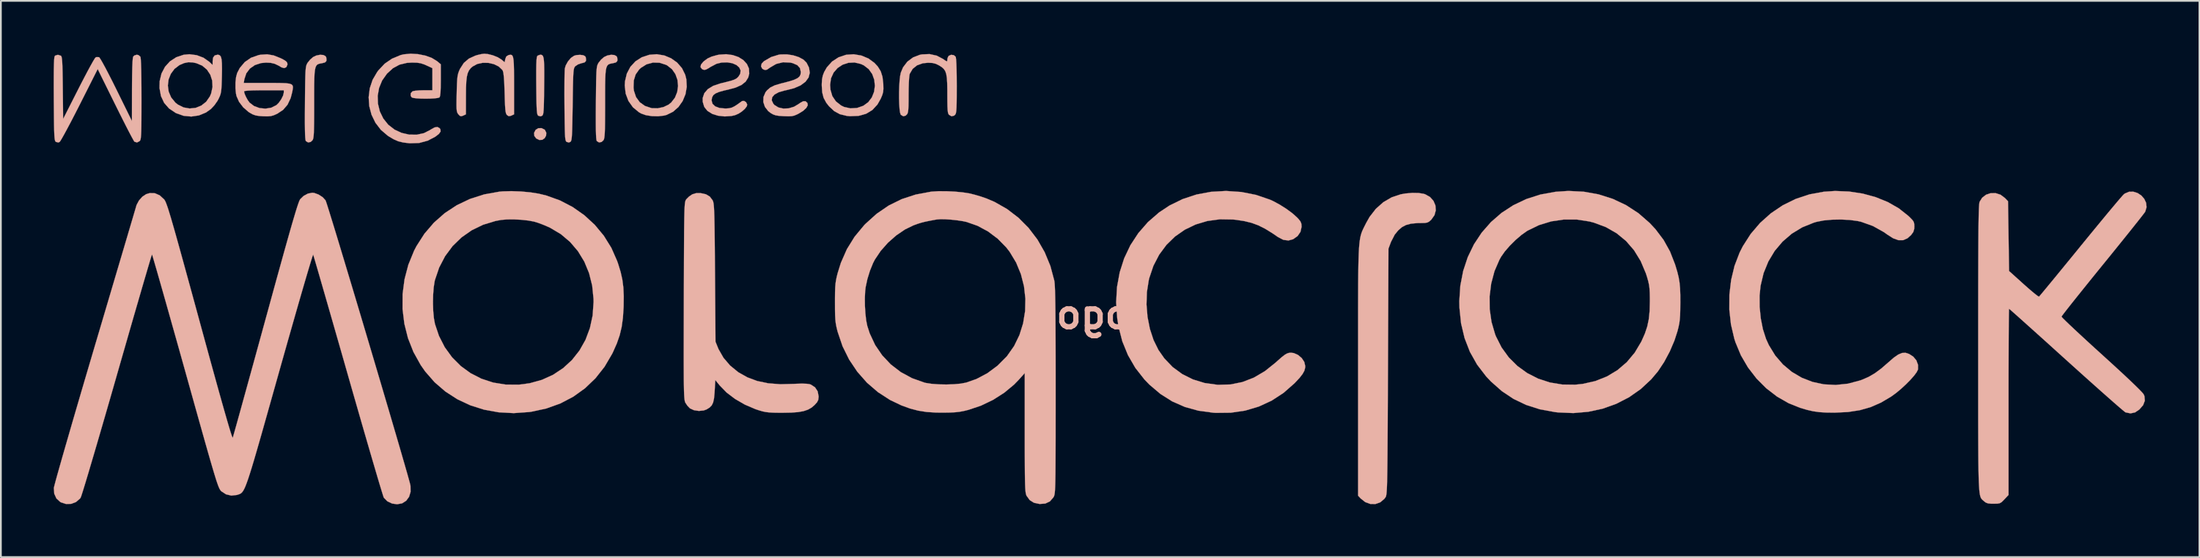
<source format=kicad_pcb>
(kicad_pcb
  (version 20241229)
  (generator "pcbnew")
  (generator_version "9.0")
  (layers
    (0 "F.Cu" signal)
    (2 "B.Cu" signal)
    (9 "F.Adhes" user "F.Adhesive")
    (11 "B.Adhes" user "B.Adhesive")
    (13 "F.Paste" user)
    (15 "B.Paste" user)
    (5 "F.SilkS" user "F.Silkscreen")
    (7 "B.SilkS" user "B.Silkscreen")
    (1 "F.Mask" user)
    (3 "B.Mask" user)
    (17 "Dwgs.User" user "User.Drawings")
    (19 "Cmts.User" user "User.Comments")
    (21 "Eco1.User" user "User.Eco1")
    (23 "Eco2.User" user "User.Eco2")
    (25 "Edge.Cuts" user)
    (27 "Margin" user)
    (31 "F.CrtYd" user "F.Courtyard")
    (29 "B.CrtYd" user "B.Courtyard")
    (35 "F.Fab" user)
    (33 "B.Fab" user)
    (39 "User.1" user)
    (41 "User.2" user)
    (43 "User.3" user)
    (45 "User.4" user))
  (footprint "logo"
    (layer "F.Cu")
    (at 59.479 12.853)
    (property "Reference" "logo" (at 0 2 0) (layer "B.SilkS") (effects (font (size 1.524 1.524) (thickness 0.3)) (justify mirror)))
    (attr through_hole)
    (fp_poly (pts (xy -31.703 -7.948) (xy -31.57 -8.042) (xy -31.489 -8.188) (xy -31.479 -8.353) (xy -31.555 -8.506) (xy -31.576 -8.527) (xy -31.746 -8.612) (xy -31.932 -8.608) (xy -32.083 -8.517) (xy -32.173 -8.345) (xy -32.159 -8.171) (xy -32.052 -8.025) (xy -31.874 -7.939) (xy -31.703 -7.948)) (stroke (width 0.01) (type solid)) (fill yes) (layer "B.SilkS"))
    (fp_poly (pts (xy -31.72 -9.316) (xy -31.689 -9.345) (xy -31.664 -9.396) (xy -31.645 -9.483) (xy -31.631 -9.62) (xy -31.62 -9.82) (xy -31.613 -10.096) (xy -31.606 -10.463) (xy -31.601 -10.933) (xy -31.6 -11.004) (xy -31.596 -11.512) (xy -31.596 -11.914) (xy -31.601 -12.221) (xy -31.613 -12.448) (xy -31.634 -12.604) (xy -31.665 -12.705) (xy -31.707 -12.76) (xy -31.763 -12.785) (xy -31.824 -12.789) (xy -31.952 -12.746) (xy -31.996 -12.708) (xy -32.019 -12.636) (xy -32.035 -12.476) (xy -32.046 -12.223) (xy -32.051 -11.868) (xy -32.051 -11.406) (xy -32.048 -11.004) (xy -32.043 -10.519) (xy -32.037 -10.139) (xy -32.029 -9.852) (xy -32.019 -9.643) (xy -32.005 -9.498) (xy -31.987 -9.405) (xy -31.963 -9.35) (xy -31.933 -9.319) (xy -31.928 -9.316) (xy -31.801 -9.282) (xy -31.72 -9.316)) (stroke (width 0.01) (type solid)) (fill yes) (layer "B.SilkS"))
    (fp_poly (pts (xy -44.874 -7.825) (xy -44.766 -7.925) (xy -44.74 -7.975) (xy -44.719 -8.055) (xy -44.703 -8.175) (xy -44.691 -8.348) (xy -44.683 -8.587) (xy -44.677 -8.903) (xy -44.674 -9.309) (xy -44.673 -9.817) (xy -44.673 -10.03) (xy -44.673 -10.599) (xy -44.671 -11.062) (xy -44.664 -11.428) (xy -44.651 -11.711) (xy -44.628 -11.921) (xy -44.595 -12.07) (xy -44.548 -12.171) (xy -44.485 -12.234) (xy -44.404 -12.271) (xy -44.303 -12.294) (xy -44.223 -12.307) (xy -44.062 -12.348) (xy -43.987 -12.419) (xy -43.97 -12.481) (xy -43.983 -12.626) (xy -44.021 -12.703) (xy -44.148 -12.773) (xy -44.338 -12.786) (xy -44.549 -12.744) (xy -44.735 -12.655) (xy -44.903 -12.508) (xy -45.046 -12.33) (xy -45.057 -12.313) (xy -45.089 -12.252) (xy -45.116 -12.184) (xy -45.137 -12.095) (xy -45.153 -11.972) (xy -45.166 -11.803) (xy -45.175 -11.576) (xy -45.182 -11.276) (xy -45.188 -10.891) (xy -45.193 -10.409) (xy -45.196 -10.033) (xy -45.2 -9.43) (xy -45.201 -8.939) (xy -45.197 -8.551) (xy -45.19 -8.258) (xy -45.178 -8.053) (xy -45.163 -7.928) (xy -45.145 -7.876) (xy -45.017 -7.799) (xy -44.874 -7.825)) (stroke (width 0.01) (type solid)) (fill yes) (layer "B.SilkS"))
    (fp_poly (pts (xy -28.337 -7.825) (xy -28.229 -7.925) (xy -28.203 -7.975) (xy -28.183 -8.055) (xy -28.167 -8.175) (xy -28.155 -8.348) (xy -28.146 -8.587) (xy -28.141 -8.903) (xy -28.138 -9.309) (xy -28.136 -9.817) (xy -28.136 -10.03) (xy -28.136 -10.599) (xy -28.134 -11.062) (xy -28.127 -11.428) (xy -28.114 -11.711) (xy -28.092 -11.921) (xy -28.058 -12.07) (xy -28.011 -12.171) (xy -27.948 -12.234) (xy -27.867 -12.271) (xy -27.766 -12.294) (xy -27.686 -12.307) (xy -27.525 -12.348) (xy -27.45 -12.419) (xy -27.433 -12.481) (xy -27.446 -12.626) (xy -27.485 -12.703) (xy -27.612 -12.773) (xy -27.801 -12.786) (xy -28.012 -12.744) (xy -28.199 -12.655) (xy -28.367 -12.508) (xy -28.51 -12.33) (xy -28.52 -12.313) (xy -28.552 -12.252) (xy -28.579 -12.184) (xy -28.6 -12.095) (xy -28.616 -11.972) (xy -28.629 -11.803) (xy -28.638 -11.576) (xy -28.646 -11.276) (xy -28.651 -10.891) (xy -28.656 -10.409) (xy -28.66 -10.033) (xy -28.664 -9.43) (xy -28.664 -8.939) (xy -28.661 -8.551) (xy -28.653 -8.258) (xy -28.642 -8.053) (xy -28.626 -7.928) (xy -28.608 -7.876) (xy -28.48 -7.799) (xy -28.337 -7.825)) (stroke (width 0.01) (type solid)) (fill yes) (layer "B.SilkS"))
    (fp_poly (pts (xy -30.114 -7.829) (xy -30.086 -7.855) (xy -30.063 -7.902) (xy -30.045 -7.981) (xy -30.03 -8.106) (xy -30.017 -8.287) (xy -30.007 -8.537) (xy -29.999 -8.867) (xy -29.991 -9.289) (xy -29.982 -9.816) (xy -29.98 -9.954) (xy -29.972 -10.503) (xy -29.965 -10.946) (xy -29.957 -11.294) (xy -29.948 -11.561) (xy -29.937 -11.759) (xy -29.923 -11.9) (xy -29.905 -11.996) (xy -29.883 -12.061) (xy -29.855 -12.106) (xy -29.821 -12.142) (xy -29.675 -12.239) (xy -29.487 -12.304) (xy -29.464 -12.308) (xy -29.305 -12.35) (xy -29.232 -12.424) (xy -29.217 -12.481) (xy -29.231 -12.626) (xy -29.269 -12.703) (xy -29.38 -12.761) (xy -29.558 -12.783) (xy -29.756 -12.77) (xy -29.894 -12.732) (xy -30.078 -12.608) (xy -30.248 -12.408) (xy -30.376 -12.176) (xy -30.425 -12.004) (xy -30.433 -11.882) (xy -30.44 -11.658) (xy -30.445 -11.349) (xy -30.447 -10.97) (xy -30.448 -10.539) (xy -30.446 -10.071) (xy -30.444 -9.821) (xy -30.439 -9.289) (xy -30.433 -8.863) (xy -30.426 -8.531) (xy -30.418 -8.281) (xy -30.407 -8.101) (xy -30.392 -7.977) (xy -30.373 -7.899) (xy -30.35 -7.853) (xy -30.322 -7.829) (xy -30.194 -7.795) (xy -30.114 -7.829)) (stroke (width 0.01) (type solid)) (fill yes) (layer "B.SilkS"))
    (fp_poly (pts (xy -24.791 -9.325) (xy -24.642 -9.364) (xy -24.274 -9.545) (xy -23.967 -9.815) (xy -23.728 -10.154) (xy -23.568 -10.542) (xy -23.495 -10.96) (xy -23.518 -11.39) (xy -23.583 -11.65) (xy -23.767 -12.025) (xy -24.04 -12.34) (xy -24.383 -12.585) (xy -24.775 -12.748) (xy -25.197 -12.818) (xy -25.617 -12.787) (xy -26.049 -12.645) (xy -26.413 -12.412) (xy -26.7 -12.098) (xy -26.901 -11.716) (xy -27.006 -11.276) (xy -27.019 -11.038) (xy -27.006 -10.919) (xy -26.52 -10.919) (xy -26.505 -11.328) (xy -26.4 -11.667) (xy -26.2 -11.95) (xy -26.104 -12.04) (xy -25.779 -12.244) (xy -25.418 -12.342) (xy -25.042 -12.333) (xy -24.674 -12.215) (xy -24.61 -12.182) (xy -24.335 -11.967) (xy -24.14 -11.686) (xy -24.024 -11.361) (xy -23.989 -11.014) (xy -24.037 -10.668) (xy -24.166 -10.346) (xy -24.379 -10.07) (xy -24.528 -9.95) (xy -24.816 -9.812) (xy -25.152 -9.74) (xy -25.478 -9.747) (xy -25.498 -9.751) (xy -25.87 -9.874) (xy -26.166 -10.086) (xy -26.378 -10.378) (xy -26.498 -10.739) (xy -26.52 -10.919) (xy -27.006 -10.919) (xy -26.966 -10.574) (xy -26.809 -10.158) (xy -26.557 -9.802) (xy -26.217 -9.52) (xy -26.084 -9.443) (xy -25.816 -9.349) (xy -25.481 -9.296) (xy -25.124 -9.287) (xy -24.791 -9.325)) (stroke (width 0.01) (type solid)) (fill yes) (layer "B.SilkS"))
    (fp_poly (pts (xy -13.726 -9.311) (xy -13.302 -9.429) (xy -12.945 -9.645) (xy -12.655 -9.959) (xy -12.465 -10.296) (xy -12.38 -10.5) (xy -12.333 -10.669) (xy -12.317 -10.851) (xy -12.323 -11.096) (xy -12.326 -11.147) (xy -12.371 -11.535) (xy -12.469 -11.845) (xy -12.635 -12.115) (xy -12.829 -12.325) (xy -13.17 -12.576) (xy -13.573 -12.743) (xy -14.005 -12.816) (xy -14.434 -12.787) (xy -14.864 -12.644) (xy -15.235 -12.402) (xy -15.532 -12.072) (xy -15.683 -11.809) (xy -15.762 -11.605) (xy -15.805 -11.394) (xy -15.821 -11.125) (xy -15.821 -11.084) (xy -15.347 -11.084) (xy -15.294 -11.454) (xy -15.147 -11.774) (xy -14.922 -12.033) (xy -14.638 -12.221) (xy -14.312 -12.329) (xy -13.961 -12.347) (xy -13.603 -12.264) (xy -13.427 -12.182) (xy -13.149 -11.966) (xy -12.952 -11.686) (xy -12.837 -11.364) (xy -12.802 -11.02) (xy -12.848 -10.679) (xy -12.975 -10.36) (xy -13.181 -10.087) (xy -13.462 -9.883) (xy -13.82 -9.759) (xy -14.194 -9.738) (xy -14.552 -9.818) (xy -14.718 -9.898) (xy -15.017 -10.133) (xy -15.22 -10.432) (xy -15.327 -10.799) (xy -15.347 -11.084) (xy -15.821 -11.084) (xy -15.821 -11.034) (xy -15.796 -10.648) (xy -15.715 -10.333) (xy -15.563 -10.052) (xy -15.406 -9.853) (xy -15.112 -9.579) (xy -14.786 -9.402) (xy -14.4 -9.309) (xy -14.216 -9.292) (xy -13.726 -9.311)) (stroke (width 0.01) (type solid)) (fill yes) (layer "B.SilkS"))
    (fp_poly (pts (xy -51.223 -9.336) (xy -50.821 -9.502) (xy -50.539 -9.703) (xy -50.352 -9.902) (xy -50.178 -10.147) (xy -50.106 -10.276) (xy -50.043 -10.41) (xy -49.998 -10.533) (xy -49.967 -10.669) (xy -49.946 -10.841) (xy -49.932 -11.073) (xy -49.922 -11.389) (xy -49.917 -11.574) (xy -49.911 -11.989) (xy -49.916 -12.3) (xy -49.935 -12.521) (xy -49.971 -12.666) (xy -50.028 -12.749) (xy -50.108 -12.785) (xy -50.166 -12.789) (xy -50.328 -12.748) (xy -50.419 -12.619) (xy -50.443 -12.426) (xy -50.443 -12.206) (xy -50.636 -12.388) (xy -50.963 -12.618) (xy -51.35 -12.764) (xy -51.763 -12.817) (xy -52.088 -12.787) (xy -52.511 -12.646) (xy -52.868 -12.413) (xy -53.15 -12.101) (xy -53.349 -11.722) (xy -53.454 -11.29) (xy -53.46 -11.035) (xy -52.989 -11.035) (xy -52.947 -11.381) (xy -52.819 -11.703) (xy -52.611 -11.984) (xy -52.326 -12.202) (xy -52.063 -12.314) (xy -51.822 -12.362) (xy -51.575 -12.351) (xy -51.369 -12.308) (xy -51.036 -12.168) (xy -50.769 -11.944) (xy -50.577 -11.654) (xy -50.468 -11.319) (xy -50.449 -10.956) (xy -50.528 -10.586) (xy -50.599 -10.418) (xy -50.811 -10.113) (xy -51.088 -9.895) (xy -51.409 -9.765) (xy -51.752 -9.73) (xy -52.097 -9.791) (xy -52.421 -9.953) (xy -52.56 -10.064) (xy -52.8 -10.357) (xy -52.942 -10.688) (xy -52.989 -11.035) (xy -53.46 -11.035) (xy -53.463 -10.89) (xy -53.38 -10.436) (xy -53.199 -10.049) (xy -52.919 -9.729) (xy -52.541 -9.476) (xy -52.513 -9.462) (xy -52.091 -9.313) (xy -51.654 -9.272) (xy -51.223 -9.336)) (stroke (width 0.01) (type solid)) (fill yes) (layer "B.SilkS"))
    (fp_poly (pts (xy -36.203 -9.325) (xy -36.048 -9.396) (xy -36.046 -10.453) (xy -36.042 -10.911) (xy -36.025 -11.267) (xy -35.994 -11.539) (xy -35.943 -11.746) (xy -35.869 -11.904) (xy -35.768 -12.03) (xy -35.666 -12.12) (xy -35.404 -12.262) (xy -35.096 -12.329) (xy -34.771 -12.325) (xy -34.458 -12.254) (xy -34.186 -12.121) (xy -33.984 -11.93) (xy -33.951 -11.878) (xy -33.918 -11.758) (xy -33.89 -11.521) (xy -33.867 -11.17) (xy -33.85 -10.707) (xy -33.847 -10.605) (xy -33.835 -10.199) (xy -33.822 -9.895) (xy -33.807 -9.677) (xy -33.787 -9.529) (xy -33.761 -9.433) (xy -33.728 -9.374) (xy -33.715 -9.36) (xy -33.617 -9.293) (xy -33.504 -9.31) (xy -33.462 -9.327) (xy -33.311 -9.396) (xy -33.311 -11.026) (xy -33.312 -11.538) (xy -33.316 -11.944) (xy -33.324 -12.254) (xy -33.34 -12.48) (xy -33.365 -12.635) (xy -33.402 -12.73) (xy -33.452 -12.777) (xy -33.518 -12.787) (xy -33.602 -12.774) (xy -33.63 -12.767) (xy -33.754 -12.687) (xy -33.809 -12.546) (xy -33.846 -12.362) (xy -34.028 -12.514) (xy -34.236 -12.644) (xy -34.51 -12.754) (xy -34.795 -12.826) (xy -35.003 -12.845) (xy -35.166 -12.825) (xy -35.379 -12.776) (xy -35.499 -12.741) (xy -35.876 -12.57) (xy -36.167 -12.321) (xy -36.383 -11.986) (xy -36.394 -11.963) (xy -36.45 -11.833) (xy -36.491 -11.709) (xy -36.521 -11.57) (xy -36.541 -11.392) (xy -36.555 -11.153) (xy -36.566 -10.83) (xy -36.572 -10.588) (xy -36.58 -10.21) (xy -36.583 -9.932) (xy -36.579 -9.736) (xy -36.566 -9.601) (xy -36.544 -9.51) (xy -36.51 -9.444) (xy -36.478 -9.401) (xy -36.382 -9.303) (xy -36.292 -9.292) (xy -36.203 -9.325)) (stroke (width 0.01) (type solid)) (fill yes) (layer "B.SilkS"))
    (fp_poly (pts (xy -17.528 -9.294) (xy -17.381 -9.327) (xy -17.229 -9.391) (xy -17.135 -9.439) (xy -16.878 -9.597) (xy -16.702 -9.759) (xy -16.617 -9.911) (xy -16.634 -10.04) (xy -16.741 -10.141) (xy -16.879 -10.142) (xy -17.061 -10.041) (xy -17.119 -9.997) (xy -17.396 -9.83) (xy -17.701 -9.739) (xy -18.006 -9.725) (xy -18.284 -9.788) (xy -18.508 -9.926) (xy -18.576 -10.003) (xy -18.665 -10.195) (xy -18.639 -10.371) (xy -18.505 -10.526) (xy -18.268 -10.655) (xy -17.931 -10.753) (xy -17.854 -10.768) (xy -17.39 -10.886) (xy -17.018 -11.05) (xy -16.744 -11.254) (xy -16.571 -11.494) (xy -16.503 -11.762) (xy -16.546 -12.053) (xy -16.685 -12.334) (xy -16.862 -12.51) (xy -17.127 -12.653) (xy -17.45 -12.756) (xy -17.802 -12.81) (xy -18.154 -12.806) (xy -18.268 -12.79) (xy -18.692 -12.66) (xy -19.109 -12.42) (xy -19.239 -12.281) (xy -19.273 -12.132) (xy -19.21 -12.002) (xy -19.13 -11.948) (xy -19.028 -11.919) (xy -18.928 -11.944) (xy -18.79 -12.038) (xy -18.758 -12.063) (xy -18.409 -12.266) (xy -18.022 -12.36) (xy -17.614 -12.342) (xy -17.47 -12.309) (xy -17.213 -12.197) (xy -17.061 -12.03) (xy -17.013 -11.812) (xy -17.027 -11.672) (xy -17.081 -11.559) (xy -17.187 -11.462) (xy -17.362 -11.375) (xy -17.619 -11.288) (xy -17.974 -11.193) (xy -18.141 -11.153) (xy -18.49 -11.049) (xy -18.747 -10.923) (xy -18.936 -10.76) (xy -19.02 -10.651) (xy -19.135 -10.383) (xy -19.144 -10.099) (xy -19.053 -9.824) (xy -18.868 -9.584) (xy -18.737 -9.48) (xy -18.593 -9.396) (xy -18.448 -9.343) (xy -18.263 -9.312) (xy -18.001 -9.294) (xy -17.974 -9.293) (xy -17.712 -9.285) (xy -17.528 -9.294)) (stroke (width 0.01) (type solid)) (fill yes) (layer "B.SilkS"))
    (fp_poly (pts (xy 15.919 12.68) (xy 16.151 12.487) (xy 16.221 12.393) (xy 16.238 12.364) (xy 16.252 12.323) (xy 16.265 12.265) (xy 16.277 12.183) (xy 16.287 12.071) (xy 16.296 11.922) (xy 16.305 11.73) (xy 16.312 11.487) (xy 16.318 11.189) (xy 16.324 10.828) (xy 16.329 10.398) (xy 16.334 9.892) (xy 16.338 9.304) (xy 16.343 8.628) (xy 16.347 7.857) (xy 16.351 6.984) (xy 16.355 6.003) (xy 16.359 5.237) (xy 16.389 -1.755) (xy 16.531 -2.136) (xy 16.747 -2.555) (xy 16.947 -2.798) (xy 17.156 -2.979) (xy 17.389 -3.102) (xy 17.67 -3.176) (xy 18.027 -3.209) (xy 18.241 -3.212) (xy 18.459 -3.217) (xy 18.601 -3.242) (xy 18.708 -3.3) (xy 18.825 -3.406) (xy 18.825 -3.407) (xy 19.004 -3.659) (xy 19.079 -3.935) (xy 19.058 -4.214) (xy 18.947 -4.474) (xy 18.753 -4.692) (xy 18.482 -4.846) (xy 18.394 -4.875) (xy 18.106 -4.921) (xy 17.748 -4.928) (xy 17.362 -4.895) (xy 17.087 -4.847) (xy 16.571 -4.675) (xy 16.097 -4.398) (xy 15.675 -4.024) (xy 15.317 -3.563) (xy 15.119 -3.212) (xy 15.052 -3.078) (xy 14.992 -2.96) (xy 14.939 -2.85) (xy 14.891 -2.742) (xy 14.85 -2.629) (xy 14.813 -2.504) (xy 14.782 -2.361) (xy 14.755 -2.192) (xy 14.733 -1.992) (xy 14.714 -1.753) (xy 14.699 -1.468) (xy 14.688 -1.131) (xy 14.679 -0.734) (xy 14.672 -0.272) (xy 14.667 0.263) (xy 14.665 0.877) (xy 14.663 1.577) (xy 14.663 2.371) (xy 14.663 3.264) (xy 14.663 4.264) (xy 14.663 5.185) (xy 14.663 12.304) (xy 14.812 12.463) (xy 15.071 12.668) (xy 15.357 12.772) (xy 15.647 12.776) (xy 15.919 12.68)) (stroke (width 0.01) (type solid)) (fill yes) (layer "B.SilkS"))
    (fp_poly (pts (xy -20.956 -9.303) (xy -20.752 -9.349) (xy -20.553 -9.435) (xy -20.357 -9.563) (xy -20.192 -9.709) (xy -20.084 -9.85) (xy -20.058 -9.95) (xy -20.119 -10.082) (xy -20.228 -10.158) (xy -20.346 -10.154) (xy -20.365 -10.142) (xy -20.612 -9.964) (xy -20.794 -9.847) (xy -20.942 -9.777) (xy -21.085 -9.743) (xy -21.251 -9.731) (xy -21.317 -9.73) (xy -21.639 -9.76) (xy -21.88 -9.852) (xy -22.032 -9.999) (xy -22.085 -10.193) (xy -22.053 -10.371) (xy -21.984 -10.49) (xy -21.86 -10.587) (xy -21.661 -10.672) (xy -21.372 -10.753) (xy -21.162 -10.799) (xy -20.718 -10.919) (xy -20.382 -11.07) (xy -20.145 -11.26) (xy -20 -11.495) (xy -19.944 -11.713) (xy -19.96 -12.004) (xy -20.077 -12.263) (xy -20.28 -12.484) (xy -20.554 -12.656) (xy -20.884 -12.77) (xy -21.255 -12.819) (xy -21.651 -12.793) (xy -21.771 -12.769) (xy -22.079 -12.683) (xy -22.313 -12.575) (xy -22.519 -12.421) (xy -22.56 -12.384) (xy -22.69 -12.22) (xy -22.712 -12.079) (xy -22.625 -11.971) (xy -22.586 -11.951) (xy -22.493 -11.926) (xy -22.389 -11.95) (xy -22.241 -12.031) (xy -22.141 -12.097) (xy -21.804 -12.274) (xy -21.516 -12.344) (xy -21.187 -12.354) (xy -20.901 -12.304) (xy -20.672 -12.204) (xy -20.512 -12.065) (xy -20.435 -11.898) (xy -20.453 -11.713) (xy -20.546 -11.558) (xy -20.615 -11.483) (xy -20.691 -11.423) (xy -20.795 -11.371) (xy -20.947 -11.319) (xy -21.168 -11.258) (xy -21.479 -11.181) (xy -21.593 -11.153) (xy -21.994 -11.018) (xy -22.297 -10.832) (xy -22.496 -10.601) (xy -22.589 -10.327) (xy -22.587 -10.108) (xy -22.501 -9.821) (xy -22.322 -9.596) (xy -22.042 -9.42) (xy -21.715 -9.319) (xy -21.337 -9.278) (xy -20.956 -9.303)) (stroke (width 0.01) (type solid)) (fill yes) (layer "B.SilkS"))
    (fp_poly (pts (xy -8.307 -9.32) (xy -8.243 -9.373) (xy -8.214 -9.416) (xy -8.192 -9.49) (xy -8.175 -9.607) (xy -8.163 -9.783) (xy -8.156 -10.03) (xy -8.151 -10.363) (xy -8.15 -10.795) (xy -8.149 -11.013) (xy -8.152 -11.512) (xy -8.159 -11.936) (xy -8.17 -12.274) (xy -8.185 -12.516) (xy -8.204 -12.653) (xy -8.211 -12.674) (xy -8.318 -12.766) (xy -8.468 -12.785) (xy -8.605 -12.725) (xy -8.613 -12.718) (xy -8.671 -12.604) (xy -8.685 -12.509) (xy -8.689 -12.431) (xy -8.718 -12.412) (xy -8.797 -12.455) (xy -8.926 -12.547) (xy -9.286 -12.736) (xy -9.692 -12.825) (xy -10.122 -12.809) (xy -10.248 -12.784) (xy -10.634 -12.635) (xy -10.957 -12.393) (xy -11.201 -12.073) (xy -11.328 -11.771) (xy -11.367 -11.579) (xy -11.397 -11.315) (xy -11.417 -11.002) (xy -11.427 -10.662) (xy -11.428 -10.319) (xy -11.419 -9.997) (xy -11.401 -9.718) (xy -11.374 -9.506) (xy -11.337 -9.385) (xy -11.328 -9.373) (xy -11.192 -9.288) (xy -11.062 -9.319) (xy -10.984 -9.388) (xy -10.947 -9.445) (xy -10.921 -9.533) (xy -10.903 -9.67) (xy -10.892 -9.874) (xy -10.887 -10.163) (xy -10.886 -10.515) (xy -10.882 -10.878) (xy -10.872 -11.202) (xy -10.856 -11.464) (xy -10.836 -11.642) (xy -10.822 -11.7) (xy -10.656 -11.984) (xy -10.406 -12.186) (xy -10.078 -12.303) (xy -9.783 -12.332) (xy -9.53 -12.32) (xy -9.332 -12.27) (xy -9.148 -12.178) (xy -8.998 -12.081) (xy -8.884 -11.98) (xy -8.802 -11.856) (xy -8.746 -11.691) (xy -8.711 -11.469) (xy -8.692 -11.172) (xy -8.685 -10.783) (xy -8.685 -10.539) (xy -8.683 -10.145) (xy -8.678 -9.852) (xy -8.667 -9.646) (xy -8.65 -9.508) (xy -8.624 -9.422) (xy -8.591 -9.373) (xy -8.449 -9.287) (xy -8.307 -9.32)) (stroke (width 0.01) (type solid)) (fill yes) (layer "B.SilkS"))
    (fp_poly (pts (xy -47.134 -9.298) (xy -46.971 -9.343) (xy -46.783 -9.426) (xy -46.779 -9.428) (xy -46.443 -9.648) (xy -46.188 -9.942) (xy -46.009 -10.319) (xy -45.919 -10.668) (xy -45.89 -10.826) (xy -45.878 -10.947) (xy -45.898 -11.038) (xy -45.96 -11.102) (xy -46.079 -11.143) (xy -46.267 -11.168) (xy -46.536 -11.179) (xy -46.899 -11.183) (xy -47.33 -11.183) (xy -48.674 -11.183) (xy -48.639 -11.4) (xy -48.529 -11.732) (xy -48.326 -12.002) (xy -48.042 -12.2) (xy -47.692 -12.314) (xy -47.409 -12.34) (xy -47.14 -12.327) (xy -46.916 -12.274) (xy -46.686 -12.165) (xy -46.532 -12.072) (xy -46.376 -12.027) (xy -46.253 -12.083) (xy -46.192 -12.224) (xy -46.19 -12.26) (xy -46.21 -12.347) (xy -46.284 -12.427) (xy -46.433 -12.519) (xy -46.577 -12.591) (xy -46.972 -12.749) (xy -47.34 -12.813) (xy -47.719 -12.789) (xy -47.834 -12.767) (xy -48.259 -12.618) (xy -48.616 -12.372) (xy -48.899 -12.036) (xy -49.05 -11.746) (xy -49.112 -11.512) (xy -49.145 -11.209) (xy -49.146 -10.881) (xy -49.129 -10.705) (xy -48.659 -10.705) (xy -48.6 -10.729) (xy -48.425 -10.748) (xy -48.139 -10.76) (xy -47.743 -10.766) (xy -47.528 -10.767) (xy -46.398 -10.767) (xy -46.399 -10.633) (xy -46.44 -10.463) (xy -46.542 -10.257) (xy -46.679 -10.06) (xy -46.819 -9.921) (xy -47.109 -9.775) (xy -47.44 -9.721) (xy -47.779 -9.754) (xy -48.093 -9.871) (xy -48.343 -10.063) (xy -48.446 -10.203) (xy -48.548 -10.388) (xy -48.627 -10.57) (xy -48.659 -10.704) (xy -48.659 -10.705) (xy -49.129 -10.705) (xy -49.116 -10.576) (xy -49.083 -10.427) (xy -48.94 -10.107) (xy -48.708 -9.8) (xy -48.415 -9.543) (xy -48.334 -9.489) (xy -48.157 -9.391) (xy -47.987 -9.333) (xy -47.78 -9.301) (xy -47.576 -9.288) (xy -47.32 -9.282) (xy -47.134 -9.298)) (stroke (width 0.01) (type solid)) (fill yes) (layer "B.SilkS"))
    (fp_poly (pts (xy -38.707 -7.767) (xy -38.218 -7.899) (xy -37.788 -8.124) (xy -37.581 -8.284) (xy -37.485 -8.422) (xy -37.496 -8.547) (xy -37.547 -8.613) (xy -37.667 -8.678) (xy -37.823 -8.654) (xy -38.032 -8.54) (xy -38.085 -8.504) (xy -38.438 -8.325) (xy -38.842 -8.238) (xy -39.271 -8.243) (xy -39.701 -8.341) (xy -40.098 -8.524) (xy -40.464 -8.808) (xy -40.745 -9.161) (xy -40.941 -9.565) (xy -41.047 -10.001) (xy -41.062 -10.452) (xy -40.983 -10.899) (xy -40.808 -11.325) (xy -40.533 -11.712) (xy -40.533 -11.713) (xy -40.193 -12.023) (xy -39.82 -12.225) (xy -39.397 -12.326) (xy -39.112 -12.342) (xy -38.832 -12.335) (xy -38.619 -12.304) (xy -38.421 -12.239) (xy -38.293 -12.183) (xy -37.951 -12.023) (xy -37.951 -10.767) (xy -38.461 -10.767) (xy -38.709 -10.76) (xy -38.921 -10.741) (xy -39.062 -10.715) (xy -39.085 -10.705) (xy -39.184 -10.597) (xy -39.187 -10.456) (xy -39.129 -10.362) (xy -39.038 -10.33) (xy -38.858 -10.307) (xy -38.618 -10.293) (xy -38.347 -10.288) (xy -38.076 -10.292) (xy -37.833 -10.306) (xy -37.647 -10.328) (xy -37.549 -10.36) (xy -37.547 -10.362) (xy -37.515 -10.447) (xy -37.493 -10.63) (xy -37.48 -10.92) (xy -37.475 -11.322) (xy -37.475 -11.339) (xy -37.475 -12.245) (xy -37.698 -12.43) (xy -37.989 -12.608) (xy -38.357 -12.74) (xy -38.768 -12.822) (xy -39.188 -12.848) (xy -39.582 -12.811) (xy -39.766 -12.766) (xy -40.251 -12.563) (xy -40.662 -12.281) (xy -41.02 -11.901) (xy -41.084 -11.817) (xy -41.35 -11.363) (xy -41.513 -10.875) (xy -41.575 -10.37) (xy -41.541 -9.865) (xy -41.412 -9.376) (xy -41.192 -8.922) (xy -40.884 -8.518) (xy -40.49 -8.181) (xy -40.44 -8.148) (xy -40.152 -7.977) (xy -39.893 -7.864) (xy -39.615 -7.796) (xy -39.272 -7.754) (xy -39.225 -7.751) (xy -38.707 -7.767)) (stroke (width 0.01) (type solid)) (fill yes) (layer "B.SilkS"))
    (fp_poly (pts (xy -59.143 -7.825) (xy -59.093 -7.89) (xy -58.998 -8.05) (xy -58.862 -8.293) (xy -58.693 -8.606) (xy -58.496 -8.978) (xy -58.279 -9.397) (xy -58.048 -9.85) (xy -58.007 -9.931) (xy -56.976 -11.975) (xy -55.967 -9.93) (xy -55.74 -9.473) (xy -55.527 -9.048) (xy -55.335 -8.669) (xy -55.169 -8.347) (xy -55.035 -8.094) (xy -54.94 -7.922) (xy -54.891 -7.843) (xy -54.887 -7.84) (xy -54.74 -7.797) (xy -54.599 -7.87) (xy -54.582 -7.886) (xy -54.557 -7.922) (xy -54.538 -7.984) (xy -54.522 -8.084) (xy -54.51 -8.233) (xy -54.501 -8.441) (xy -54.495 -8.721) (xy -54.491 -9.083) (xy -54.489 -9.539) (xy -54.488 -10.1) (xy -54.488 -10.269) (xy -54.49 -10.918) (xy -54.495 -11.473) (xy -54.502 -11.929) (xy -54.513 -12.281) (xy -54.527 -12.525) (xy -54.544 -12.657) (xy -54.55 -12.674) (xy -54.656 -12.767) (xy -54.756 -12.789) (xy -54.896 -12.744) (xy -54.962 -12.674) (xy -54.981 -12.578) (xy -54.997 -12.372) (xy -55.01 -12.063) (xy -55.019 -11.66) (xy -55.025 -11.172) (xy -55.027 -10.786) (xy -55.03 -9.012) (xy -55.914 -10.811) (xy -56.144 -11.275) (xy -56.355 -11.688) (xy -56.539 -12.042) (xy -56.693 -12.324) (xy -56.809 -12.525) (xy -56.883 -12.634) (xy -56.901 -12.65) (xy -57.037 -12.656) (xy -57.099 -12.633) (xy -57.148 -12.567) (xy -57.243 -12.409) (xy -57.377 -12.17) (xy -57.543 -11.864) (xy -57.733 -11.503) (xy -57.941 -11.102) (xy -58.068 -10.853) (xy -58.941 -9.131) (xy -58.96 -10.903) (xy -58.966 -11.42) (xy -58.973 -11.83) (xy -58.982 -12.145) (xy -58.993 -12.378) (xy -59.007 -12.542) (xy -59.025 -12.647) (xy -59.047 -12.707) (xy -59.068 -12.731) (xy -59.236 -12.785) (xy -59.382 -12.743) (xy -59.419 -12.708) (xy -59.437 -12.645) (xy -59.452 -12.501) (xy -59.462 -12.269) (xy -59.47 -11.944) (xy -59.473 -11.519) (xy -59.474 -10.989) (xy -59.471 -10.346) (xy -59.471 -10.261) (xy -59.466 -9.665) (xy -59.462 -9.178) (xy -59.457 -8.787) (xy -59.45 -8.482) (xy -59.441 -8.251) (xy -59.43 -8.084) (xy -59.416 -7.97) (xy -59.399 -7.896) (xy -59.377 -7.853) (xy -59.351 -7.829) (xy -59.351 -7.829) (xy -59.214 -7.796) (xy -59.143 -7.825)) (stroke (width 0.01) (type solid)) (fill yes) (layer "B.SilkS"))
    (fp_poly (pts (xy 7.425 7.581) (xy 8.242 7.461) (xy 9.018 7.231) (xy 9.748 6.894) (xy 10.425 6.453) (xy 11.045 5.908) (xy 11.088 5.864) (xy 11.338 5.595) (xy 11.507 5.378) (xy 11.608 5.194) (xy 11.653 5.023) (xy 11.659 4.927) (xy 11.604 4.691) (xy 11.459 4.471) (xy 11.251 4.295) (xy 11.009 4.187) (xy 10.844 4.166) (xy 10.728 4.177) (xy 10.615 4.215) (xy 10.485 4.292) (xy 10.319 4.422) (xy 10.096 4.617) (xy 9.973 4.729) (xy 9.367 5.214) (xy 8.74 5.583) (xy 8.09 5.835) (xy 7.416 5.972) (xy 6.717 5.993) (xy 6.659 5.99) (xy 5.94 5.89) (xy 5.274 5.686) (xy 4.666 5.382) (xy 4.122 4.982) (xy 3.65 4.489) (xy 3.316 4.012) (xy 3.038 3.449) (xy 2.829 2.813) (xy 2.694 2.129) (xy 2.636 1.423) (xy 2.658 0.719) (xy 2.764 0.044) (xy 2.793 -0.08) (xy 3.03 -0.782) (xy 3.358 -1.414) (xy 3.77 -1.97) (xy 4.257 -2.445) (xy 4.813 -2.833) (xy 5.428 -3.129) (xy 6.094 -3.328) (xy 6.805 -3.425) (xy 7.552 -3.413) (xy 7.727 -3.395) (xy 8.195 -3.323) (xy 8.606 -3.223) (xy 8.99 -3.082) (xy 9.377 -2.888) (xy 9.797 -2.629) (xy 10.119 -2.408) (xy 10.416 -2.255) (xy 10.707 -2.219) (xy 10.968 -2.291) (xy 11.223 -2.47) (xy 11.388 -2.712) (xy 11.451 -2.999) (xy 11.451 -3.016) (xy 11.439 -3.17) (xy 11.39 -3.296) (xy 11.283 -3.435) (xy 11.183 -3.54) (xy 10.92 -3.774) (xy 10.582 -4.022) (xy 10.208 -4.259) (xy 9.836 -4.46) (xy 9.653 -4.543) (xy 8.86 -4.814) (xy 8.023 -4.979) (xy 7.156 -5.037) (xy 6.305 -4.989) (xy 5.482 -4.836) (xy 4.691 -4.575) (xy 3.947 -4.211) (xy 3.352 -3.817) (xy 2.716 -3.264) (xy 2.172 -2.639) (xy 1.721 -1.95) (xy 1.367 -1.204) (xy 1.113 -0.408) (xy 0.96 0.429) (xy 0.911 1.3) (xy 0.971 2.198) (xy 1.047 2.683) (xy 1.261 3.518) (xy 1.581 4.302) (xy 2.001 5.028) (xy 2.517 5.688) (xy 2.804 5.985) (xy 3.428 6.514) (xy 4.096 6.936) (xy 4.813 7.252) (xy 5.586 7.466) (xy 6.421 7.58) (xy 6.573 7.59) (xy 7.425 7.581)) (stroke (width 0.01) (type solid)) (fill yes) (layer "B.SilkS"))
    (fp_poly (pts (xy 41.758 7.577) (xy 42.51 7.541) (xy 43.183 7.437) (xy 43.801 7.26) (xy 44.389 7.002) (xy 44.969 6.657) (xy 45.239 6.46) (xy 45.521 6.225) (xy 45.796 5.972) (xy 46.048 5.717) (xy 46.259 5.479) (xy 46.41 5.276) (xy 46.485 5.124) (xy 46.487 5.117) (xy 46.488 4.857) (xy 46.394 4.602) (xy 46.221 4.395) (xy 46.2 4.378) (xy 45.982 4.238) (xy 45.782 4.171) (xy 45.582 4.18) (xy 45.365 4.271) (xy 45.111 4.447) (xy 44.804 4.714) (xy 44.801 4.716) (xy 44.4 5.065) (xy 44.038 5.333) (xy 43.685 5.54) (xy 43.314 5.702) (xy 43.204 5.742) (xy 42.505 5.928) (xy 41.813 6.001) (xy 41.138 5.966) (xy 40.49 5.828) (xy 39.88 5.59) (xy 39.317 5.258) (xy 38.811 4.835) (xy 38.372 4.326) (xy 38.01 3.735) (xy 37.849 3.381) (xy 37.672 2.832) (xy 37.55 2.213) (xy 37.485 1.562) (xy 37.482 0.918) (xy 37.539 0.357) (xy 37.711 -0.363) (xy 37.982 -1.027) (xy 38.343 -1.628) (xy 38.789 -2.156) (xy 39.312 -2.606) (xy 39.905 -2.967) (xy 40.56 -3.232) (xy 40.73 -3.282) (xy 41.132 -3.36) (xy 41.606 -3.403) (xy 42.113 -3.412) (xy 42.61 -3.387) (xy 43.056 -3.327) (xy 43.254 -3.283) (xy 43.927 -3.042) (xy 44.545 -2.696) (xy 44.733 -2.563) (xy 45.073 -2.345) (xy 45.374 -2.236) (xy 45.644 -2.237) (xy 45.891 -2.346) (xy 46.098 -2.534) (xy 46.22 -2.703) (xy 46.272 -2.875) (xy 46.279 -3.02) (xy 46.273 -3.164) (xy 46.244 -3.275) (xy 46.173 -3.383) (xy 46.042 -3.519) (xy 45.928 -3.627) (xy 45.392 -4.051) (xy 44.772 -4.405) (xy 44.084 -4.685) (xy 43.345 -4.887) (xy 42.57 -5.005) (xy 41.775 -5.036) (xy 41.134 -4.994) (xy 40.315 -4.843) (xy 39.533 -4.583) (xy 38.8 -4.222) (xy 38.123 -3.765) (xy 37.513 -3.219) (xy 36.978 -2.592) (xy 36.529 -1.89) (xy 36.346 -1.528) (xy 36.059 -0.778) (xy 35.866 0.026) (xy 35.767 0.864) (xy 35.763 1.714) (xy 35.856 2.557) (xy 36.046 3.37) (xy 36.113 3.577) (xy 36.421 4.316) (xy 36.823 5.005) (xy 37.308 5.634) (xy 37.863 6.191) (xy 38.479 6.666) (xy 39.144 7.046) (xy 39.795 7.305) (xy 40.181 7.419) (xy 40.527 7.498) (xy 40.871 7.547) (xy 41.251 7.571) (xy 41.708 7.577) (xy 41.758 7.577)) (stroke (width 0.01) (type solid)) (fill yes) (layer "B.SilkS"))
    (fp_poly (pts (xy -17.561 7.575) (xy -17.168 7.546) (xy -16.856 7.491) (xy -16.606 7.406) (xy -16.399 7.288) (xy -16.227 7.14) (xy -16.09 6.987) (xy -16.022 6.856) (xy -16.002 6.693) (xy -16.001 6.644) (xy -16.055 6.362) (xy -16.205 6.135) (xy -16.436 5.983) (xy -16.526 5.953) (xy -16.691 5.932) (xy -16.942 5.924) (xy -17.249 5.932) (xy -17.399 5.94) (xy -18.177 5.96) (xy -18.87 5.906) (xy -19.491 5.776) (xy -20.05 5.568) (xy -20.56 5.28) (xy -20.569 5.274) (xy -21.029 4.898) (xy -21.406 4.458) (xy -21.685 3.971) (xy -21.721 3.886) (xy -21.861 3.539) (xy -21.89 -0.387) (xy -21.897 -1.171) (xy -21.902 -1.845) (xy -21.908 -2.418) (xy -21.914 -2.898) (xy -21.921 -3.294) (xy -21.928 -3.616) (xy -21.937 -3.871) (xy -21.947 -4.07) (xy -21.959 -4.22) (xy -21.972 -4.33) (xy -21.989 -4.409) (xy -22.007 -4.467) (xy -22.025 -4.505) (xy -22.185 -4.717) (xy -22.401 -4.847) (xy -22.698 -4.913) (xy -22.701 -4.913) (xy -22.956 -4.915) (xy -23.166 -4.851) (xy -23.195 -4.837) (xy -23.368 -4.717) (xy -23.514 -4.571) (xy -23.522 -4.561) (xy -23.543 -4.531) (xy -23.561 -4.497) (xy -23.577 -4.45) (xy -23.591 -4.385) (xy -23.603 -4.293) (xy -23.613 -4.167) (xy -23.622 -4) (xy -23.629 -3.784) (xy -23.635 -3.513) (xy -23.64 -3.179) (xy -23.645 -2.775) (xy -23.648 -2.293) (xy -23.651 -1.727) (xy -23.654 -1.068) (xy -23.656 -0.31) (xy -23.659 0.555) (xy -23.661 1.209) (xy -23.663 2.154) (xy -23.665 2.988) (xy -23.666 3.717) (xy -23.667 4.349) (xy -23.666 4.891) (xy -23.664 5.351) (xy -23.662 5.736) (xy -23.657 6.053) (xy -23.652 6.31) (xy -23.645 6.513) (xy -23.636 6.671) (xy -23.626 6.79) (xy -23.614 6.878) (xy -23.6 6.941) (xy -23.584 6.988) (xy -23.571 7.015) (xy -23.456 7.186) (xy -23.318 7.328) (xy -23.308 7.336) (xy -23.081 7.439) (xy -22.805 7.479) (xy -22.529 7.452) (xy -22.371 7.394) (xy -22.198 7.288) (xy -22.077 7.165) (xy -21.997 7.002) (xy -21.946 6.775) (xy -21.915 6.459) (xy -21.909 6.352) (xy -21.873 5.721) (xy -21.616 6.036) (xy -21.228 6.434) (xy -20.746 6.8) (xy -20.193 7.119) (xy -19.593 7.377) (xy -19.389 7.445) (xy -19.194 7.502) (xy -19.009 7.541) (xy -18.806 7.565) (xy -18.556 7.579) (xy -18.229 7.584) (xy -18.054 7.584) (xy -17.561 7.575)) (stroke (width 0.01) (type solid)) (fill yes) (layer "B.SilkS"))
    (fp_poly (pts (xy -32.453 7.542) (xy -32.33 7.525) (xy -31.478 7.341) (xy -30.682 7.055) (xy -29.947 6.67) (xy -29.279 6.191) (xy -28.684 5.621) (xy -28.167 4.965) (xy -27.734 4.227) (xy -27.687 4.13) (xy -27.468 3.636) (xy -27.307 3.171) (xy -27.195 2.7) (xy -27.124 2.188) (xy -27.086 1.599) (xy -27.083 1.517) (xy -27.076 0.948) (xy -27.098 0.459) (xy -27.155 0.014) (xy -27.252 -0.423) (xy -27.394 -0.887) (xy -27.454 -1.059) (xy -27.781 -1.801) (xy -28.208 -2.488) (xy -28.723 -3.11) (xy -29.318 -3.658) (xy -29.982 -4.124) (xy -30.706 -4.501) (xy -31.479 -4.778) (xy -31.908 -4.883) (xy -32.388 -4.959) (xy -32.921 -5.008) (xy -33.459 -5.027) (xy -33.953 -5.014) (xy -34.152 -4.996) (xy -35.009 -4.842) (xy -35.816 -4.584) (xy -36.565 -4.227) (xy -37.251 -3.776) (xy -37.865 -3.234) (xy -38.403 -2.607) (xy -38.857 -1.899) (xy -38.994 -1.636) (xy -39.319 -0.839) (xy -39.536 -0.013) (xy -39.646 0.83) (xy -39.648 1.334) (xy -37.92 1.334) (xy -37.911 0.877) (xy -37.879 0.453) (xy -37.824 0.099) (xy -37.808 0.03) (xy -37.566 -0.683) (xy -37.229 -1.329) (xy -36.804 -1.901) (xy -36.298 -2.394) (xy -35.719 -2.8) (xy -35.073 -3.114) (xy -34.366 -3.329) (xy -34.053 -3.388) (xy -33.725 -3.417) (xy -33.327 -3.42) (xy -32.903 -3.398) (xy -32.498 -3.354) (xy -32.181 -3.295) (xy -31.951 -3.226) (xy -31.664 -3.119) (xy -31.369 -2.993) (xy -31.25 -2.937) (xy -30.651 -2.58) (xy -30.125 -2.135) (xy -29.68 -1.612) (xy -29.318 -1.018) (xy -29.047 -0.362) (xy -28.87 0.346) (xy -28.794 1.097) (xy -28.791 1.279) (xy -28.844 2.048) (xy -29 2.769) (xy -29.251 3.437) (xy -29.593 4.042) (xy -30.017 4.58) (xy -30.519 5.042) (xy -31.09 5.421) (xy -31.726 5.71) (xy -32.42 5.903) (xy -33.041 5.985) (xy -33.786 5.98) (xy -34.497 5.865) (xy -35.165 5.646) (xy -35.783 5.33) (xy -36.342 4.922) (xy -36.834 4.428) (xy -37.249 3.856) (xy -37.579 3.21) (xy -37.808 2.528) (xy -37.868 2.197) (xy -37.906 1.786) (xy -37.92 1.334) (xy -39.648 1.334) (xy -39.649 1.678) (xy -39.546 2.518) (xy -39.34 3.337) (xy -39.03 4.124) (xy -38.618 4.866) (xy -38.363 5.232) (xy -37.827 5.846) (xy -37.214 6.375) (xy -36.535 6.814) (xy -35.797 7.16) (xy -35.011 7.409) (xy -34.185 7.558) (xy -33.33 7.604) (xy -32.453 7.542)) (stroke (width 0.01) (type solid)) (fill yes) (layer "B.SilkS"))
    (fp_poly (pts (xy 27.745 7.528) (xy 28.561 7.352) (xy 29.336 7.075) (xy 30.061 6.702) (xy 30.725 6.237) (xy 31.319 5.685) (xy 31.707 5.224) (xy 32.057 4.696) (xy 32.377 4.098) (xy 32.643 3.476) (xy 32.815 2.943) (xy 32.875 2.704) (xy 32.919 2.492) (xy 32.947 2.278) (xy 32.965 2.033) (xy 32.974 1.728) (xy 32.978 1.338) (xy 32.977 0.876) (xy 32.963 0.5) (xy 32.933 0.178) (xy 32.883 -0.122) (xy 32.807 -0.432) (xy 32.702 -0.784) (xy 32.677 -0.863) (xy 32.392 -1.593) (xy 32.026 -2.251) (xy 31.565 -2.862) (xy 31.234 -3.217) (xy 30.597 -3.772) (xy 29.895 -4.23) (xy 29.137 -4.588) (xy 28.332 -4.844) (xy 27.489 -4.995) (xy 26.615 -5.038) (xy 25.883 -4.99) (xy 25.026 -4.835) (xy 24.226 -4.578) (xy 23.487 -4.227) (xy 22.814 -3.788) (xy 22.214 -3.266) (xy 21.69 -2.668) (xy 21.249 -2.002) (xy 20.896 -1.272) (xy 20.636 -0.486) (xy 20.474 0.351) (xy 20.434 0.955) (xy 22.138 0.955) (xy 22.229 0.227) (xy 22.415 -0.473) (xy 22.695 -1.122) (xy 22.79 -1.292) (xy 23 -1.592) (xy 23.283 -1.919) (xy 23.608 -2.243) (xy 23.945 -2.533) (xy 24.264 -2.759) (xy 24.3 -2.781) (xy 24.946 -3.095) (xy 25.638 -3.306) (xy 26.358 -3.412) (xy 27.09 -3.411) (xy 27.815 -3.3) (xy 28.064 -3.235) (xy 28.747 -2.98) (xy 29.357 -2.631) (xy 29.892 -2.191) (xy 30.348 -1.663) (xy 30.725 -1.048) (xy 31.02 -0.349) (xy 31.088 -0.137) (xy 31.153 0.092) (xy 31.197 0.293) (xy 31.225 0.501) (xy 31.24 0.747) (xy 31.246 1.064) (xy 31.246 1.249) (xy 31.233 1.793) (xy 31.186 2.256) (xy 31.099 2.672) (xy 30.964 3.077) (xy 30.774 3.506) (xy 30.758 3.539) (xy 30.386 4.164) (xy 29.934 4.705) (xy 29.406 5.157) (xy 28.809 5.516) (xy 28.15 5.779) (xy 27.436 5.94) (xy 27.006 5.986) (xy 26.269 5.977) (xy 25.562 5.86) (xy 24.895 5.641) (xy 24.277 5.326) (xy 23.718 4.922) (xy 23.228 4.434) (xy 22.818 3.868) (xy 22.496 3.232) (xy 22.45 3.115) (xy 22.247 2.42) (xy 22.143 1.693) (xy 22.138 0.955) (xy 20.434 0.955) (xy 20.415 1.231) (xy 20.423 1.606) (xy 20.516 2.499) (xy 20.715 3.336) (xy 21.019 4.119) (xy 21.427 4.845) (xy 21.94 5.514) (xy 22.213 5.804) (xy 22.833 6.352) (xy 23.497 6.795) (xy 24.216 7.139) (xy 24.997 7.388) (xy 25.848 7.544) (xy 26.03 7.565) (xy 26.898 7.601) (xy 27.745 7.528)) (stroke (width 0.01) (type solid)) (fill yes) (layer "B.SilkS"))
    (fp_poly (pts (xy 50.992 12.756) (xy 51.129 12.732) (xy 51.237 12.67) (xy 51.357 12.553) (xy 51.399 12.509) (xy 51.633 12.258) (xy 51.633 6.962) (xy 51.633 6.18) (xy 51.634 5.432) (xy 51.636 4.728) (xy 51.638 4.075) (xy 51.64 3.483) (xy 51.643 2.959) (xy 51.646 2.513) (xy 51.65 2.151) (xy 51.654 1.884) (xy 51.658 1.72) (xy 51.663 1.666) (xy 51.71 1.704) (xy 51.839 1.817) (xy 52.043 1.997) (xy 52.313 2.238) (xy 52.643 2.534) (xy 53.027 2.879) (xy 53.457 3.266) (xy 53.927 3.689) (xy 54.428 4.143) (xy 54.919 4.587) (xy 55.448 5.064) (xy 55.953 5.519) (xy 56.428 5.944) (xy 56.865 6.334) (xy 57.257 6.681) (xy 57.596 6.98) (xy 57.876 7.224) (xy 58.089 7.407) (xy 58.228 7.521) (xy 58.284 7.561) (xy 58.566 7.619) (xy 58.826 7.563) (xy 59.067 7.4) (xy 59.283 7.15) (xy 59.38 6.897) (xy 59.359 6.642) (xy 59.32 6.545) (xy 59.248 6.451) (xy 59.089 6.282) (xy 58.846 6.041) (xy 58.522 5.73) (xy 58.119 5.352) (xy 57.64 4.91) (xy 57.088 4.407) (xy 56.927 4.26) (xy 56.486 3.86) (xy 56.074 3.482) (xy 55.698 3.134) (xy 55.366 2.825) (xy 55.087 2.561) (xy 54.869 2.351) (xy 54.72 2.203) (xy 54.649 2.123) (xy 54.644 2.113) (xy 54.681 2.055) (xy 54.788 1.913) (xy 54.957 1.695) (xy 55.182 1.409) (xy 55.457 1.064) (xy 55.775 0.667) (xy 56.129 0.226) (xy 56.514 -0.251) (xy 56.923 -0.755) (xy 56.986 -0.833) (xy 57.401 -1.343) (xy 57.794 -1.83) (xy 58.16 -2.284) (xy 58.492 -2.697) (xy 58.782 -3.061) (xy 59.025 -3.367) (xy 59.214 -3.607) (xy 59.341 -3.773) (xy 59.401 -3.856) (xy 59.403 -3.861) (xy 59.478 -4.113) (xy 59.453 -4.36) (xy 59.347 -4.587) (xy 59.179 -4.779) (xy 58.966 -4.92) (xy 58.726 -4.995) (xy 58.48 -4.991) (xy 58.244 -4.891) (xy 58.186 -4.847) (xy 58.117 -4.775) (xy 57.981 -4.619) (xy 57.784 -4.388) (xy 57.533 -4.089) (xy 57.235 -3.732) (xy 56.899 -3.325) (xy 56.529 -2.876) (xy 56.134 -2.394) (xy 55.721 -1.888) (xy 55.711 -1.875) (xy 55.302 -1.373) (xy 54.914 -0.899) (xy 54.555 -0.46) (xy 54.231 -0.064) (xy 53.948 0.279) (xy 53.714 0.563) (xy 53.534 0.78) (xy 53.416 0.92) (xy 53.365 0.977) (xy 53.364 0.978) (xy 53.307 0.949) (xy 53.176 0.852) (xy 52.988 0.698) (xy 52.755 0.499) (xy 52.493 0.267) (xy 52.489 0.263) (xy 51.663 -0.482) (xy 51.633 -2.468) (xy 51.603 -4.454) (xy 51.427 -4.637) (xy 51.179 -4.823) (xy 50.901 -4.913) (xy 50.618 -4.912) (xy 50.353 -4.823) (xy 50.132 -4.65) (xy 49.99 -4.424) (xy 49.978 -4.379) (xy 49.967 -4.303) (xy 49.958 -4.188) (xy 49.949 -4.029) (xy 49.942 -3.821) (xy 49.935 -3.558) (xy 49.929 -3.235) (xy 49.924 -2.845) (xy 49.92 -2.384) (xy 49.917 -1.846) (xy 49.914 -1.225) (xy 49.912 -0.516) (xy 49.91 0.287) (xy 49.909 1.19) (xy 49.908 2.197) (xy 49.908 3.315) (xy 49.908 3.926) (xy 49.908 5.091) (xy 49.908 6.144) (xy 49.908 7.089) (xy 49.908 7.933) (xy 49.91 8.682) (xy 49.912 9.342) (xy 49.915 9.919) (xy 49.919 10.418) (xy 49.926 10.846) (xy 49.934 11.208) (xy 49.943 11.511) (xy 49.956 11.761) (xy 49.97 11.963) (xy 49.987 12.124) (xy 50.007 12.249) (xy 50.031 12.344) (xy 50.057 12.415) (xy 50.087 12.469) (xy 50.121 12.511) (xy 50.159 12.547) (xy 50.201 12.583) (xy 50.232 12.611) (xy 50.342 12.695) (xy 50.465 12.74) (xy 50.643 12.758) (xy 50.779 12.759) (xy 50.992 12.756)) (stroke (width 0.01) (type solid)) (fill yes) (layer "B.SilkS"))
    (fp_poly (pts (xy -3.115 12.75) (xy -2.857 12.628) (xy -2.66 12.404) (xy -2.635 12.361) (xy -2.617 12.323) (xy -2.602 12.275) (xy -2.588 12.209) (xy -2.576 12.118) (xy -2.566 11.995) (xy -2.557 11.833) (xy -2.55 11.624) (xy -2.544 11.362) (xy -2.539 11.039) (xy -2.536 10.648) (xy -2.533 10.183) (xy -2.531 9.635) (xy -2.529 8.998) (xy -2.529 8.265) (xy -2.528 7.428) (xy -2.528 6.481) (xy -2.528 6.305) (xy -2.528 5.284) (xy -2.529 4.376) (xy -2.531 3.575) (xy -2.534 2.873) (xy -2.538 2.266) (xy -2.542 1.746) (xy -2.548 1.308) (xy -2.555 0.945) (xy -2.563 0.651) (xy -2.573 0.42) (xy -2.583 0.245) (xy -2.596 0.121) (xy -2.606 0.059) (xy -2.828 -0.771) (xy -3.151 -1.552) (xy -3.565 -2.275) (xy -4.065 -2.932) (xy -4.642 -3.513) (xy -5.29 -4.01) (xy -6 -4.414) (xy -6.469 -4.614) (xy -6.769 -4.717) (xy -7.094 -4.814) (xy -7.384 -4.888) (xy -7.436 -4.899) (xy -7.82 -4.959) (xy -8.269 -5.001) (xy -8.741 -5.023) (xy -9.19 -5.024) (xy -9.574 -5) (xy -9.622 -4.994) (xy -10.481 -4.833) (xy -11.278 -4.572) (xy -12.017 -4.208) (xy -12.703 -3.738) (xy -13.342 -3.161) (xy -13.414 -3.086) (xy -13.955 -2.434) (xy -14.393 -1.726) (xy -14.733 -0.954) (xy -14.911 -0.387) (xy -14.969 -0.162) (xy -15.01 0.034) (xy -15.039 0.229) (xy -15.057 0.447) (xy -15.066 0.717) (xy -15.07 1.059) (xy -13.373 1.059) (xy -13.354 0.663) (xy -13.327 0.434) (xy -13.227 -0.03) (xy -13.082 -0.5) (xy -12.908 -0.928) (xy -12.805 -1.13) (xy -12.47 -1.629) (xy -12.056 -2.096) (xy -11.586 -2.51) (xy -11.087 -2.849) (xy -10.607 -3.082) (xy -10.389 -3.162) (xy -10.186 -3.226) (xy -9.966 -3.283) (xy -9.697 -3.339) (xy -9.347 -3.404) (xy -9.28 -3.415) (xy -9.076 -3.431) (xy -8.791 -3.426) (xy -8.46 -3.404) (xy -8.119 -3.367) (xy -7.803 -3.319) (xy -7.589 -3.273) (xy -6.964 -3.054) (xy -6.367 -2.731) (xy -5.819 -2.319) (xy -5.341 -1.831) (xy -5.144 -1.578) (xy -4.774 -0.963) (xy -4.502 -0.304) (xy -4.326 0.387) (xy -4.247 1.093) (xy -4.264 1.8) (xy -4.377 2.494) (xy -4.585 3.16) (xy -4.888 3.784) (xy -5.285 4.35) (xy -5.318 4.389) (xy -5.831 4.904) (xy -6.408 5.333) (xy -7.033 5.664) (xy -7.614 5.867) (xy -7.922 5.925) (xy -8.309 5.961) (xy -8.738 5.975) (xy -9.172 5.967) (xy -9.574 5.937) (xy -9.907 5.886) (xy -9.99 5.866) (xy -10.693 5.615) (xy -11.332 5.268) (xy -11.899 4.832) (xy -12.387 4.315) (xy -12.789 3.724) (xy -13.097 3.065) (xy -13.233 2.645) (xy -13.297 2.327) (xy -13.342 1.93) (xy -13.368 1.495) (xy -13.373 1.059) (xy -15.07 1.059) (xy -15.07 1.063) (xy -15.07 1.309) (xy -15.069 1.713) (xy -15.063 2.025) (xy -15.05 2.27) (xy -15.028 2.475) (xy -14.994 2.665) (xy -14.946 2.868) (xy -14.915 2.986) (xy -14.639 3.8) (xy -14.265 4.557) (xy -13.801 5.249) (xy -13.255 5.869) (xy -12.632 6.407) (xy -11.942 6.855) (xy -11.29 7.166) (xy -10.806 7.341) (xy -10.342 7.463) (xy -9.861 7.539) (xy -9.326 7.573) (xy -8.923 7.577) (xy -8.54 7.571) (xy -8.241 7.556) (xy -7.988 7.528) (xy -7.746 7.483) (xy -7.483 7.418) (xy -6.77 7.178) (xy -6.083 6.848) (xy -5.447 6.442) (xy -4.885 5.975) (xy -4.625 5.707) (xy -4.283 5.324) (xy -4.283 8.715) (xy -4.283 9.44) (xy -4.282 10.056) (xy -4.28 10.572) (xy -4.277 10.999) (xy -4.272 11.344) (xy -4.266 11.619) (xy -4.258 11.832) (xy -4.247 11.994) (xy -4.234 12.113) (xy -4.218 12.199) (xy -4.199 12.263) (xy -4.179 12.309) (xy -4.002 12.553) (xy -3.762 12.705) (xy -3.445 12.772) (xy -3.438 12.773) (xy -3.115 12.75)) (stroke (width 0.01) (type solid)) (fill yes) (layer "B.SilkS"))
    (fp_poly (pts (xy -39.673 12.737) (xy -39.442 12.59) (xy -39.278 12.366) (xy -39.192 12.082) (xy -39.196 11.754) (xy -39.204 11.707) (xy -39.232 11.591) (xy -39.292 11.371) (xy -39.38 11.056) (xy -39.495 10.654) (xy -39.634 10.173) (xy -39.794 9.62) (xy -39.974 9.003) (xy -40.171 8.332) (xy -40.382 7.612) (xy -40.606 6.853) (xy -40.839 6.063) (xy -41.08 5.249) (xy -41.326 4.419) (xy -41.575 3.581) (xy -41.824 2.744) (xy -42.071 1.915) (xy -42.314 1.102) (xy -42.55 0.314) (xy -42.778 -0.443) (xy -42.993 -1.159) (xy -43.195 -1.828) (xy -43.38 -2.44) (xy -43.547 -2.988) (xy -43.694 -3.465) (xy -43.816 -3.861) (xy -43.913 -4.17) (xy -43.982 -4.383) (xy -44.021 -4.492) (xy -44.026 -4.503) (xy -44.19 -4.683) (xy -44.419 -4.832) (xy -44.664 -4.922) (xy -44.779 -4.936) (xy -45.028 -4.887) (xy -45.275 -4.753) (xy -45.465 -4.57) (xy -45.495 -4.518) (xy -45.535 -4.424) (xy -45.586 -4.283) (xy -45.65 -4.09) (xy -45.728 -3.839) (xy -45.822 -3.524) (xy -45.935 -3.14) (xy -46.066 -2.682) (xy -46.218 -2.144) (xy -46.393 -1.52) (xy -46.591 -0.805) (xy -46.816 0.007) (xy -47.067 0.921) (xy -47.347 1.943) (xy -47.435 2.262) (xy -47.672 3.127) (xy -47.901 3.96) (xy -48.119 4.756) (xy -48.326 5.505) (xy -48.518 6.202) (xy -48.694 6.839) (xy -48.851 7.408) (xy -48.988 7.903) (xy -49.103 8.315) (xy -49.194 8.638) (xy -49.258 8.864) (xy -49.294 8.986) (xy -49.3 9.006) (xy -49.32 8.982) (xy -49.362 8.871) (xy -49.428 8.67) (xy -49.517 8.376) (xy -49.631 7.987) (xy -49.771 7.501) (xy -49.937 6.914) (xy -50.13 6.225) (xy -50.35 5.43) (xy -50.599 4.528) (xy -50.876 3.516) (xy -51.183 2.392) (xy -51.183 2.391) (xy -51.464 1.361) (xy -51.716 0.44) (xy -51.941 -0.379) (xy -52.139 -1.101) (xy -52.314 -1.734) (xy -52.467 -2.283) (xy -52.599 -2.754) (xy -52.714 -3.154) (xy -52.811 -3.489) (xy -52.894 -3.764) (xy -52.963 -3.988) (xy -53.022 -4.164) (xy -53.071 -4.3) (xy -53.112 -4.403) (xy -53.148 -4.477) (xy -53.179 -4.53) (xy -53.198 -4.555) (xy -53.451 -4.788) (xy -53.729 -4.909) (xy -54.022 -4.915) (xy -54.223 -4.854) (xy -54.44 -4.709) (xy -54.632 -4.492) (xy -54.762 -4.249) (xy -54.776 -4.207) (xy -54.799 -4.127) (xy -54.854 -3.941) (xy -54.938 -3.654) (xy -55.051 -3.273) (xy -55.189 -2.805) (xy -55.351 -2.256) (xy -55.535 -1.634) (xy -55.739 -0.946) (xy -55.961 -0.197) (xy -56.198 0.605) (xy -56.449 1.454) (xy -56.712 2.343) (xy -56.985 3.265) (xy -57.137 3.777) (xy -57.414 4.716) (xy -57.683 5.627) (xy -57.94 6.503) (xy -58.184 7.337) (xy -58.413 8.122) (xy -58.624 8.852) (xy -58.817 9.52) (xy -58.989 10.119) (xy -59.137 10.641) (xy -59.261 11.08) (xy -59.358 11.43) (xy -59.425 11.683) (xy -59.462 11.832) (xy -59.468 11.867) (xy -59.445 12.191) (xy -59.323 12.458) (xy -59.108 12.656) (xy -59.065 12.681) (xy -58.777 12.774) (xy -58.482 12.766) (xy -58.209 12.663) (xy -57.988 12.472) (xy -57.946 12.414) (xy -57.915 12.336) (xy -57.855 12.151) (xy -57.766 11.867) (xy -57.651 11.489) (xy -57.512 11.026) (xy -57.352 10.484) (xy -57.171 9.872) (xy -56.973 9.196) (xy -56.76 8.463) (xy -56.533 7.681) (xy -56.295 6.857) (xy -56.048 5.998) (xy -55.88 5.411) (xy -55.629 4.536) (xy -55.387 3.695) (xy -55.157 2.892) (xy -54.939 2.136) (xy -54.735 1.434) (xy -54.549 0.792) (xy -54.382 0.217) (xy -54.235 -0.283) (xy -54.112 -0.702) (xy -54.014 -1.032) (xy -53.943 -1.267) (xy -53.901 -1.399) (xy -53.89 -1.427) (xy -53.87 -1.371) (xy -53.82 -1.207) (xy -53.743 -0.943) (xy -53.639 -0.586) (xy -53.512 -0.143) (xy -53.363 0.379) (xy -53.194 0.973) (xy -53.008 1.632) (xy -52.806 2.349) (xy -52.59 3.116) (xy -52.362 3.926) (xy -52.125 4.773) (xy -52 5.22) (xy -51.717 6.233) (xy -51.464 7.139) (xy -51.239 7.942) (xy -51.04 8.65) (xy -50.866 9.268) (xy -50.714 9.803) (xy -50.582 10.262) (xy -50.469 10.65) (xy -50.373 10.974) (xy -50.292 11.241) (xy -50.224 11.456) (xy -50.166 11.626) (xy -50.118 11.757) (xy -50.077 11.855) (xy -50.042 11.927) (xy -50.01 11.98) (xy -49.979 12.019) (xy -49.948 12.05) (xy -49.944 12.054) (xy -49.682 12.224) (xy -49.38 12.296) (xy -49.072 12.262) (xy -49.049 12.255) (xy -48.982 12.234) (xy -48.921 12.213) (xy -48.864 12.187) (xy -48.81 12.149) (xy -48.757 12.094) (xy -48.701 12.014) (xy -48.642 11.905) (xy -48.577 11.76) (xy -48.505 11.572) (xy -48.422 11.337) (xy -48.327 11.046) (xy -48.218 10.696) (xy -48.093 10.279) (xy -47.95 9.789) (xy -47.786 9.22) (xy -47.6 8.567) (xy -47.39 7.822) (xy -47.153 6.981) (xy -46.887 6.036) (xy -46.64 5.157) (xy -46.397 4.296) (xy -46.163 3.469) (xy -45.939 2.683) (xy -45.728 1.944) (xy -45.532 1.26) (xy -45.352 0.638) (xy -45.191 0.085) (xy -45.05 -0.393) (xy -44.932 -0.787) (xy -44.839 -1.092) (xy -44.773 -1.3) (xy -44.736 -1.404) (xy -44.728 -1.415) (xy -44.707 -1.349) (xy -44.655 -1.176) (xy -44.575 -0.902) (xy -44.468 -0.536) (xy -44.337 -0.083) (xy -44.184 0.448) (xy -44.01 1.051) (xy -43.818 1.718) (xy -43.61 2.443) (xy -43.388 3.218) (xy -43.153 4.037) (xy -42.909 4.891) (xy -42.743 5.473) (xy -42.493 6.348) (xy -42.25 7.194) (xy -42.018 8.001) (xy -41.798 8.764) (xy -41.591 9.475) (xy -41.402 10.126) (xy -41.23 10.711) (xy -41.08 11.222) (xy -40.952 11.652) (xy -40.848 11.994) (xy -40.772 12.241) (xy -40.725 12.385) (xy -40.71 12.42) (xy -40.514 12.619) (xy -40.245 12.748) (xy -39.958 12.789) (xy -39.673 12.737)) (stroke (width 0.01) (type solid)) (fill yes) (layer "B.SilkS")))
  (gr_rect
    (start -3 -3)
    (end 121.962 28.647)
    (stroke (width 0.1) (type default))
    (fill no)
    (layer "Edge.Cuts")))
</source>
